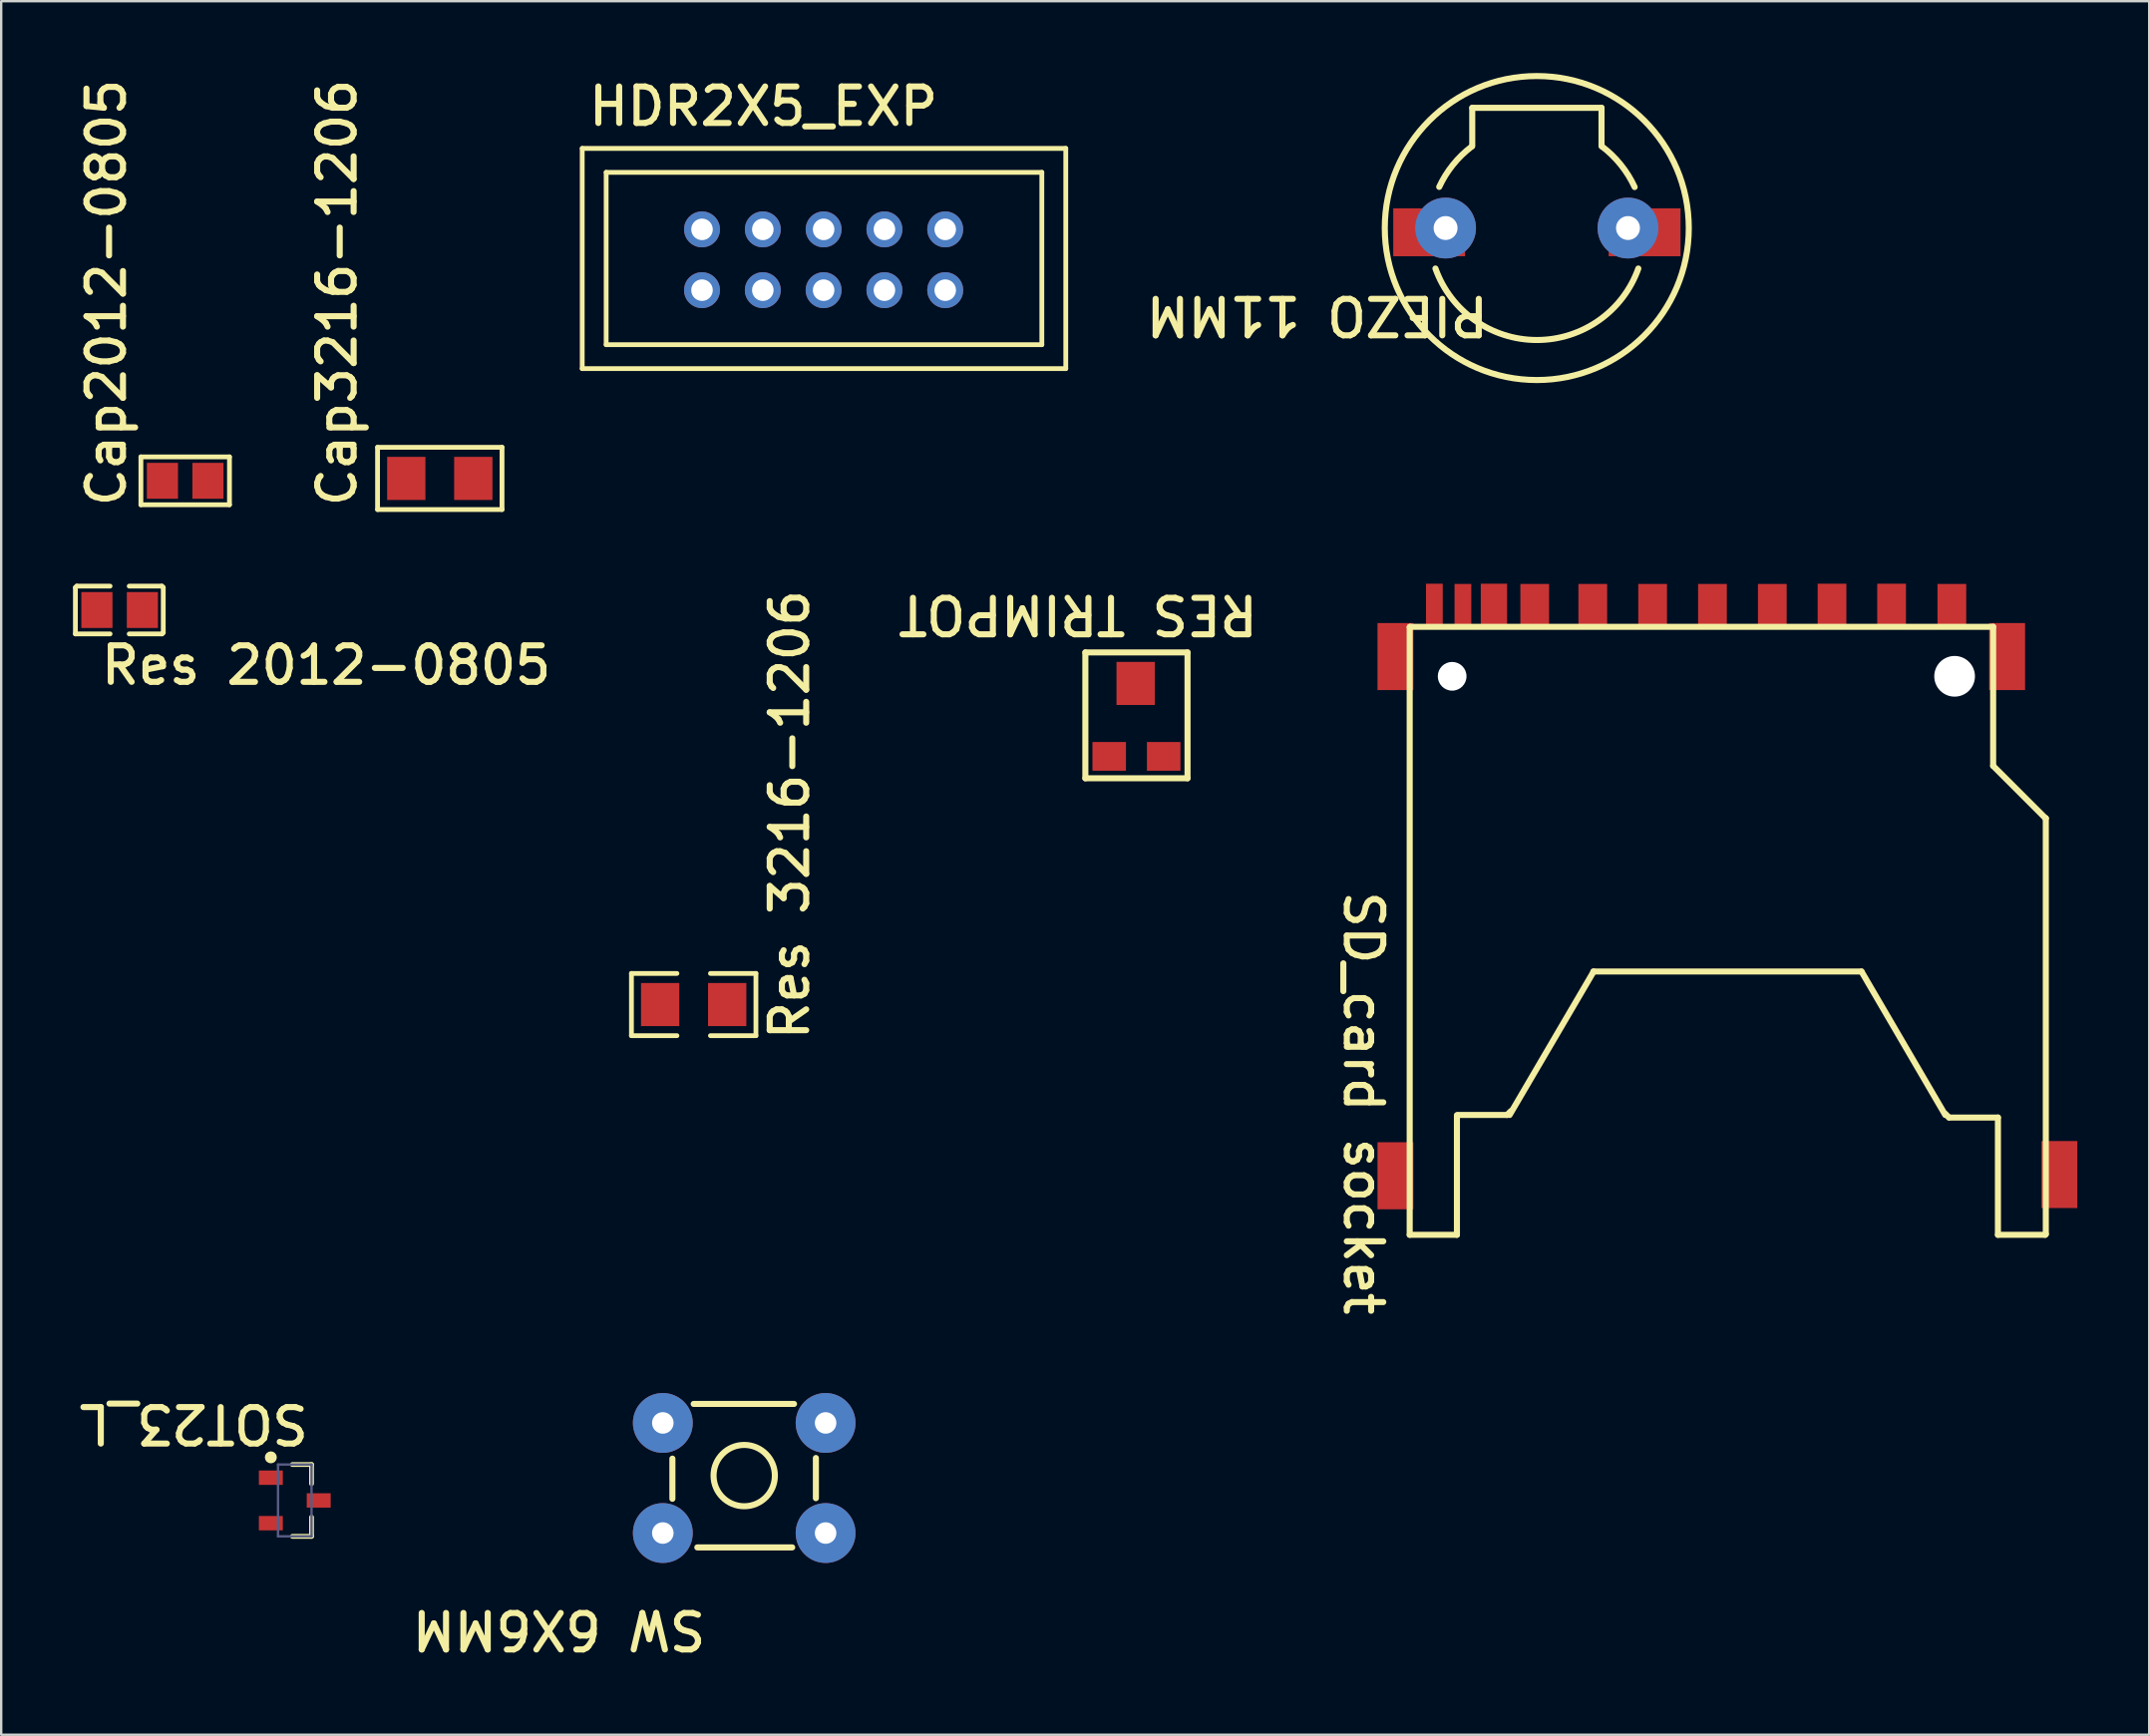
<source format=kicad_pcb>
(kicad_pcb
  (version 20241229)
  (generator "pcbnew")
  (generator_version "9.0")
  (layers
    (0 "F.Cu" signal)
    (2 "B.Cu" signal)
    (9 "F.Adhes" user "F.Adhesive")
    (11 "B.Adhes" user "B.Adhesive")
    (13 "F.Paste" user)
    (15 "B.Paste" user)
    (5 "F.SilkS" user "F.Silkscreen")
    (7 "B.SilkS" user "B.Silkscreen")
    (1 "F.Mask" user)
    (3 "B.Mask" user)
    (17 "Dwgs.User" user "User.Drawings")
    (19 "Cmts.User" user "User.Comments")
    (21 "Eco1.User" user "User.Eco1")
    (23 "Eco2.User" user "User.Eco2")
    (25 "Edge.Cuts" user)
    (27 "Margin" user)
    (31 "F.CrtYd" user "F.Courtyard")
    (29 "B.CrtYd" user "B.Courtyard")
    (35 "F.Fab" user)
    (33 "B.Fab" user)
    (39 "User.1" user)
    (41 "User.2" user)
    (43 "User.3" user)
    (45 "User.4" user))
  (footprint "Cap3216-1206"
    (layer "F.Cu")
    (at 15.322 16.937)
    (property "Reference" "Cap3216-1206" (at -3.4 1.3 90) (unlocked yes) (layer "F.SilkS") (effects (font (size 1.524 1.524) (thickness 0.254)) (justify left bottom)))
    (fp_line (start -2.6 1.3) (end -2.6 -1.3) (stroke (width 0.2) (type solid)) (layer "F.SilkS"))
    (fp_line (start 2.6 -1.3) (end -2.6 -1.3) (stroke (width 0.2) (type solid)) (layer "F.SilkS"))
    (fp_line (start 2.6 1.3) (end -2.6 1.3) (stroke (width 0.2) (type solid)) (layer "F.SilkS"))
    (fp_line (start 2.6 1.3) (end 2.6 -1.3) (stroke (width 0.2) (type solid)) (layer "F.SilkS"))
    (pad "1" smd rect (at -1.4 -0.00002) (size 1.6 1.8) (layers "F.Cu" "F.Mask" "F.Paste"))
    (pad "2" smd rect (at 1.4 -0.00002) (size 1.6 1.8) (layers "F.Cu" "F.Mask" "F.Paste")))
  (footprint "SOT23_L"
    (layer "F.Cu")
    (at 9.264 59.635)
    (property "Reference" "SOT23_L" (at 0.7 -4.1 180) (unlocked yes) (layer "F.SilkS") (effects (font (size 1.524 1.524) (thickness 0.254)) (justify left bottom)))
    (attr smd)
    (fp_line (start 0.7 -1.5) (end -0.1 -1.5) (stroke (width 0.2) (type solid)) (layer "F.SilkS"))
    (fp_line (start 0.7 -1.5) (end 0.7 -0.7) (stroke (width 0.2) (type solid)) (layer "F.SilkS"))
    (fp_line (start 0.7 0.7) (end 0.7 1.5) (stroke (width 0.2) (type solid)) (layer "F.SilkS"))
    (fp_line (start 0.7 1.5) (end -0.1 1.5) (stroke (width 0.2) (type solid)) (layer "F.SilkS"))
    (fp_circle (center -1 -1.8) (end -1 -1.675) (stroke (width 0.25) (type solid)) (fill no) (layer "F.SilkS"))
    (fp_line (start -1.6 -1.6) (end -1.6 1.6) (stroke (width 0.1) (type solid)) (layer "Eco1.User"))
    (fp_line (start -0.00003 -0.5) (end -0.00003 0.5) (stroke (width 0.1) (type solid)) (layer "Eco1.User"))
    (fp_line (start 0.5 0.00002) (end -0.5 0.00002) (stroke (width 0.1) (type solid)) (layer "Eco1.User"))
    (fp_line (start 1.6 -1.6) (end -1.6 -1.6) (stroke (width 0.1) (type solid)) (layer "Eco1.User"))
    (fp_line (start 1.6 -1.6) (end 1.6 1.6) (stroke (width 0.1) (type solid)) (layer "Eco1.User"))
    (fp_line (start 1.6 1.6) (end -1.6 1.6) (stroke (width 0.1) (type solid)) (layer "Eco1.User"))
    (fp_line (start -0.7 -1.5) (end -0.7 1.5) (stroke (width 0.1) (type solid)) (layer "B.Fab"))
    (fp_line (start 0.7 -1.5) (end -0.7 -1.5) (stroke (width 0.1) (type solid)) (layer "B.Fab"))
    (fp_line (start 0.7 -1.5) (end 0.7 1.5) (stroke (width 0.1) (type solid)) (layer "B.Fab"))
    (fp_line (start 0.7 1.5) (end -0.7 1.5) (stroke (width 0.1) (type solid)) (layer "B.Fab"))
    (pad "1" smd rect (at -1 -0.95 90) (size 0.6 1) (layers "F.Cu" "F.Mask" "F.Paste"))
    (pad "2" smd rect (at -1 0.95 90) (size 0.6 1) (layers "F.Cu" "F.Mask" "F.Paste"))
    (pad "3" smd rect (at 1 0.00002 90) (size 0.6 1) (layers "F.Cu" "F.Mask" "F.Paste")))
  (footprint "PIEZO 11MM"
    (layer "F.Cu")
    (at 57.338 6.477)
    (property "Reference" "PIEZO 11MM" (at 1.916 2.759 180) (unlocked yes) (layer "F.SilkS") (effects (font (size 1.524 1.524) (thickness 0.254)) (justify left bottom)))
    (fp_line (start 1.114 -3.422) (end 1.114 -5.022) (stroke (width 0.254) (type solid)) (layer "F.SilkS"))
    (fp_line (start 6.514 -5.022) (end 1.114 -5.022) (stroke (width 0.254) (type solid)) (layer "F.SilkS"))
    (fp_line (start 6.514 -3.422) (end 6.514 -5.022) (stroke (width 0.254) (type solid)) (layer "F.SilkS"))
    (fp_arc (start -0.266342 -1.719348) (mid 0.305456 -2.639771) (end 1.080697 -3.396827) (stroke (width 0.254) (type solid)) (layer "F.SilkS"))
    (fp_arc (start 6.531767 -3.408958) (mid 7.318929 -2.644766) (end 7.897777 -1.712808) (stroke (width 0.254) (type solid)) (layer "F.SilkS"))
    (fp_arc (start 8.052039 1.691314) (mid 3.8142 4.6778) (end -0.423639 1.691313) (stroke (width 0.254) (type solid)) (layer "F.SilkS"))
    (fp_circle (center 3.81 0) (end 3.81 -6.35) (stroke (width 0.254) (type solid)) (fill no) (layer "F.SilkS"))
    (pad "1" smd rect (at -0.686 0.178 180) (size 3 2) (layers "F.Cu" "F.Mask" "F.Paste"))
    (pad "1" thru_hole circle (at 0 0) (size 2.54 2.54) (drill 1) (layers "*.Cu" "*.Mask"))
    (pad "2" thru_hole circle (at 7.62 0) (size 2.54 2.54) (drill 1) (layers "*.Cu" "*.Mask"))
    (pad "2" smd rect (at 8.314 0.178 180) (size 3 2) (layers "F.Cu" "F.Mask" "F.Paste")))
  (footprint "Res 3216-1206"
    (layer "F.Cu")
    (at 25.928 38.918)
    (property "Reference" "Res 3216-1206" (at 4.9 1.6 90) (unlocked yes) (layer "F.SilkS") (effects (font (size 1.524 1.524) (thickness 0.254)) (justify left bottom)))
    (fp_line (start -2.6 1.3) (end -2.6 -1.3) (stroke (width 0.2) (type solid)) (layer "F.SilkS"))
    (fp_line (start -0.7 -1.3) (end -2.6 -1.3) (stroke (width 0.2) (type solid)) (layer "F.SilkS"))
    (fp_line (start -0.7 1.3) (end -2.6 1.3) (stroke (width 0.2) (type solid)) (layer "F.SilkS"))
    (fp_line (start 2.6 -1.3) (end 0.7 -1.3) (stroke (width 0.2) (type solid)) (layer "F.SilkS"))
    (fp_line (start 2.6 1.3) (end 0.7 1.3) (stroke (width 0.2) (type solid)) (layer "F.SilkS"))
    (fp_line (start 2.6 1.3) (end 2.6 -1.3) (stroke (width 0.2) (type solid)) (layer "F.SilkS"))
    (pad "1" smd rect (at -1.4 -0.00002) (size 1.6 1.8) (layers "F.Cu" "F.Mask" "F.Paste"))
    (pad "2" smd rect (at 1.4 -0.00002) (size 1.6 1.8) (layers "F.Cu" "F.Mask" "F.Paste")))
  (footprint "SW 6X6MM"
    (layer "F.Cu")
    (at 25.039 61.597)
    (property "Reference" "SW 6X6MM" (at 1.524 2.54 180) (unlocked yes) (layer "F.SilkS") (effects (font (size 1.524 1.524) (thickness 0.254)) (justify left bottom)))
    (fp_line (start 0 -2.032) (end 0 -3.708) (stroke (width 0.254) (type solid)) (layer "F.SilkS"))
    (fp_line (start 5.004 0) (end 1.041 0) (stroke (width 0.254) (type solid)) (layer "F.SilkS"))
    (fp_line (start 5.08 -5.994) (end 0.889 -5.994) (stroke (width 0.254) (type solid)) (layer "F.SilkS"))
    (fp_line (start 5.994 -2.057) (end 5.994 -3.734) (stroke (width 0.254) (type solid)) (layer "F.SilkS"))
    (fp_circle (center 3 -3) (end 3 -4.281) (stroke (width 0.254) (type solid)) (fill no) (layer "F.SilkS"))
    (pad "1" thru_hole circle (at -0.4 -5.2 180) (size 2.5 2.5) (drill 0.9) (layers "*.Cu" "*.Mask"))
    (pad "1" thru_hole circle (at 6.4 -5.2 180) (size 2.5 2.5) (drill 0.9) (layers "*.Cu" "*.Mask"))
    (pad "2" thru_hole circle (at -0.4 -0.6 180) (size 2.5 2.5) (drill 0.9) (layers "*.Cu" "*.Mask"))
    (pad "2" thru_hole circle (at 6.4 -0.6 180) (size 2.5 2.5) (drill 0.9) (layers "*.Cu" "*.Mask")))
  (footprint "RES TRIMPOT"
    (layer "F.Cu")
    (at 44.424 27.026)
    (property "Reference" "RES TRIMPOT" (at 5.2 -5.3 180) (unlocked yes) (layer "F.SilkS") (effects (font (size 1.524 1.524) (thickness 0.254)) (justify left bottom)))
    (fp_line (start -2.134 -2.819) (end -2.134 2.438) (stroke (width 0.254) (type solid)) (layer "F.SilkS"))
    (fp_line (start 2.134 -2.819) (end -2.134 -2.819) (stroke (width 0.254) (type solid)) (layer "F.SilkS"))
    (fp_line (start 2.134 -2.819) (end 2.134 2.438) (stroke (width 0.254) (type solid)) (layer "F.SilkS"))
    (fp_line (start 2.134 2.438) (end -2.134 2.438) (stroke (width 0.254) (type solid)) (layer "F.SilkS"))
    (pad "1" smd rect (at -1.138 1.523 90) (size 1.2 1.4) (layers "F.Cu" "F.Mask" "F.Paste"))
    (pad "2" smd rect (at -0.033 -1.523) (size 1.6 1.8) (layers "F.Cu" "F.Mask" "F.Paste"))
    (pad "3" smd rect (at 1.138 1.523 90) (size 1.2 1.4) (layers "F.Cu" "F.Mask" "F.Paste")))
  (footprint "Res 2012-0805"
    (layer "F.Cu")
    (at 1.948 22.435)
    (property "Reference" "Res 2012-0805" (at -0.9 3.2 0) (unlocked yes) (layer "F.SilkS") (effects (font (size 1.524 1.524) (thickness 0.254)) (justify left bottom)))
    (fp_line (start -1.848 -0.94) (end -1.79 -0.998) (stroke (width 0.2) (type solid)) (layer "F.SilkS"))
    (fp_line (start -1.848 0.998) (end -1.848 -0.94) (stroke (width 0.2) (type solid)) (layer "F.SilkS"))
    (fp_line (start -1.848 0.998) (end -0.4 0.998) (stroke (width 0.2) (type solid)) (layer "F.SilkS"))
    (fp_line (start -1.79 -0.998) (end -0.4 -0.998) (stroke (width 0.2) (type solid)) (layer "F.SilkS"))
    (fp_line (start 0.4 -0.998) (end 1.764 -0.998) (stroke (width 0.2) (type solid)) (layer "F.SilkS"))
    (fp_line (start 0.4 0.998) (end 1.769 0.998) (stroke (width 0.2) (type solid)) (layer "F.SilkS"))
    (fp_line (start 1.764 -0.998) (end 1.822 -0.94) (stroke (width 0.2) (type solid)) (layer "F.SilkS"))
    (fp_line (start 1.769 0.998) (end 1.822 0.945) (stroke (width 0.2) (type solid)) (layer "F.SilkS"))
    (fp_line (start 1.822 0.945) (end 1.822 -0.94) (stroke (width 0.2) (type solid)) (layer "F.SilkS"))
    (pad "1" smd rect (at -0.95 0.00001) (size 1.3 1.5) (layers "F.Cu" "F.Mask" "F.Paste"))
    (pad "2" smd rect (at 0.95 0.00001) (size 1.3 1.5) (layers "F.Cu" "F.Mask" "F.Paste")))
  (footprint "HDR2X5_EXP"
    (layer "F.Cu")
    (at 21.272 12.35)
    (property "Reference" "HDR2X5_EXP" (at 0.143 -10.064 0) (unlocked yes) (layer "F.SilkS") (effects (font (size 1.524 1.524) (thickness 0.254)) (justify left bottom)))
    (fp_line (start -0.00001 -9.2) (end 20.2 -9.2) (stroke (width 0.2) (type solid)) (layer "F.SilkS"))
    (fp_line (start -0.00001 0) (end -0.00001 -9.2) (stroke (width 0.2) (type solid)) (layer "F.SilkS"))
    (fp_line (start -0.00001 0) (end 20.2 0) (stroke (width 0.2) (type solid)) (layer "F.SilkS"))
    (fp_line (start 1 -8.2) (end 19.2 -8.2) (stroke (width 0.2) (type solid)) (layer "F.SilkS"))
    (fp_line (start 1 -1) (end 1 -8.2) (stroke (width 0.2) (type solid)) (layer "F.SilkS"))
    (fp_line (start 1 -1) (end 19.2 -1) (stroke (width 0.2) (type solid)) (layer "F.SilkS"))
    (fp_line (start 19.2 -1) (end 19.2 -8.2) (stroke (width 0.2) (type solid)) (layer "F.SilkS"))
    (fp_line (start 20.2 0) (end 20.2 -9.2) (stroke (width 0.2) (type solid)) (layer "F.SilkS"))
    (pad "1" thru_hole circle (at 5.004 -3.277) (size 1.5 1.5) (drill 0.9) (layers "*.Cu" "*.Mask"))
    (pad "2" thru_hole circle (at 5.004 -5.817) (size 1.5 1.5) (drill 0.9) (layers "*.Cu" "*.Mask"))
    (pad "3" thru_hole circle (at 7.544 -3.277) (size 1.5 1.5) (drill 0.9) (layers "*.Cu" "*.Mask"))
    (pad "4" thru_hole circle (at 7.544 -5.817) (size 1.5 1.5) (drill 0.9) (layers "*.Cu" "*.Mask"))
    (pad "5" thru_hole circle (at 10.084 -3.277) (size 1.5 1.5) (drill 0.9) (layers "*.Cu" "*.Mask"))
    (pad "6" thru_hole circle (at 10.084 -5.817) (size 1.5 1.5) (drill 0.9) (layers "*.Cu" "*.Mask"))
    (pad "7" thru_hole circle (at 12.624 -3.277) (size 1.5 1.5) (drill 0.9) (layers "*.Cu" "*.Mask"))
    (pad "8" thru_hole circle (at 12.624 -5.817) (size 1.5 1.5) (drill 0.9) (layers "*.Cu" "*.Mask"))
    (pad "9" thru_hole circle (at 15.164 -3.277) (size 1.5 1.5) (drill 0.9) (layers "*.Cu" "*.Mask"))
    (pad "10" thru_hole circle (at 15.164 -5.817) (size 1.5 1.5) (drill 0.9) (layers "*.Cu" "*.Mask")))
  (footprint "SD_card socket"
    (layer "F.Cu")
    (at 69.112 34.154)
    (property "Reference" "SD_card socket" (at -16.1 -0.1 270) (unlocked yes) (layer "F.SilkS") (effects (font (size 1.524 1.524) (thickness 0.254)) (justify left bottom)))
    (fp_line (start -13.273 -11.003) (end -13.273 14.383) (stroke (width 0.254) (type solid)) (layer "F.SilkS"))
    (fp_line (start -13.273 14.383) (end -11.3 14.383) (stroke (width 0.254) (type solid)) (layer "F.SilkS"))
    (fp_line (start -13.259 -11.017) (end -13.273 -11.003) (stroke (width 0.254) (type solid)) (layer "F.SilkS"))
    (fp_line (start -13.259 -11.017) (end 11.1 -11.017) (stroke (width 0.254) (type solid)) (layer "F.SilkS"))
    (fp_line (start -11.3 9.383) (end -11.3 14.383) (stroke (width 0.254) (type solid)) (layer "F.SilkS"))
    (fp_line (start -11.249 9.377) (end -9.207 9.377) (stroke (width 0.254) (type solid)) (layer "F.SilkS"))
    (fp_line (start -9.049 9.219) (end -9.207 9.377) (stroke (width 0.254) (type solid)) (layer "F.SilkS"))
    (fp_line (start -5.6 3.383) (end 5.6 3.383) (stroke (width 0.254) (type solid)) (layer "F.SilkS"))
    (fp_line (start -5.588 3.383) (end -9.1 9.377) (stroke (width 0.254) (type solid)) (layer "F.SilkS"))
    (fp_line (start 5.6 3.383) (end 9.1 9.377) (stroke (width 0.254) (type solid)) (layer "F.SilkS"))
    (fp_line (start 9.1 9.326) (end 9.258 9.484) (stroke (width 0.254) (type solid)) (layer "F.SilkS"))
    (fp_line (start 9.258 9.484) (end 11.3 9.484) (stroke (width 0.254) (type solid)) (layer "F.SilkS"))
    (fp_line (start 11.1 -11.017) (end 11.1 -5.207) (stroke (width 0.254) (type solid)) (layer "F.SilkS"))
    (fp_line (start 11.1 -5.207) (end 13.289 -3.018) (stroke (width 0.254) (type solid)) (layer "F.SilkS"))
    (fp_line (start 11.3 9.484) (end 11.3 14.383) (stroke (width 0.254) (type solid)) (layer "F.SilkS"))
    (fp_line (start 11.3 14.383) (end 13.273 14.383) (stroke (width 0.254) (type solid)) (layer "F.SilkS"))
    (fp_line (start 13.289 -3.018) (end 13.3 -3.018) (stroke (width 0.254) (type solid)) (layer "F.SilkS"))
    (fp_line (start 13.3 -3.018) (end 13.3 14.356) (stroke (width 0.254) (type solid)) (layer "F.SilkS"))
    (fp_line (start 13.3 14.356) (end 13.273 14.383) (stroke (width 0.254) (type solid)) (layer "F.SilkS"))
    (pad "" np_thru_hole circle (at -11.5 -8.95) (size 1.2 1.2) (drill 1.2) (layers "*.Cu" "*.Mask"))
    (pad "" np_thru_hole circle (at 9.49 -8.95) (size 1.7 1.7) (drill 1.7) (layers "*.Cu" "*.Mask"))
    (pad "1" smd rect (at 6.858 -11.917) (size 1.2 1.8) (layers "F.Cu" "F.Mask" "F.Paste"))
    (pad "2" smd rect (at 4.369 -11.917) (size 1.2 1.8) (layers "F.Cu" "F.Mask" "F.Paste"))
    (pad "3" smd rect (at 1.875 -11.908) (size 1.2 1.8) (layers "F.Cu" "F.Mask" "F.Paste"))
    (pad "4" smd rect (at -0.625 -11.908) (size 1.2 1.8) (layers "F.Cu" "F.Mask" "F.Paste"))
    (pad "5" smd rect (at -3.125 -11.908) (size 1.2 1.8) (layers "F.Cu" "F.Mask" "F.Paste"))
    (pad "6" smd rect (at -5.625 -11.908) (size 1.2 1.8) (layers "F.Cu" "F.Mask" "F.Paste"))
    (pad "7" smd rect (at -8.05 -11.908) (size 1.2 1.8) (layers "F.Cu" "F.Mask" "F.Paste"))
    (pad "8" smd rect (at -9.754 -11.917) (size 1.1 1.8) (layers "F.Cu" "F.Mask" "F.Paste"))
    (pad "9" smd rect (at 9.375 -11.908) (size 1.2 1.8) (layers "F.Cu" "F.Mask" "F.Paste"))
    (pad "10" smd rect (at -11.05 -11.908) (size 0.7 1.8) (layers "F.Cu" "F.Mask" "F.Paste"))
    (pad "11" smd rect (at -12.243 -11.917) (size 0.7 1.8) (layers "F.Cu" "F.Mask" "F.Paste"))
    (pad "12" smd rect (at -13.868 -9.774) (size 1.5 2.8) (layers "F.Cu" "F.Mask" "F.Paste"))
    (pad "12" smd rect (at -13.868 11.917) (size 1.5 2.8) (layers "F.Cu" "F.Mask" "F.Paste"))
    (pad "12" smd rect (at 11.684 -9.774) (size 1.5 2.8) (layers "F.Cu" "F.Mask" "F.Paste"))
    (pad "12" smd rect (at 13.868 11.866) (size 1.5 2.8) (layers "F.Cu" "F.Mask" "F.Paste")))
  (footprint "Cap2012-0805"
    (layer "F.Cu")
    (at 4.686 17.037)
    (property "Reference" "Cap2012-0805" (at -2.4 1.2 90) (unlocked yes) (layer "F.SilkS") (effects (font (size 1.524 1.524) (thickness 0.254)) (justify left bottom)))
    (fp_line (start -1.85 1) (end -1.85 -1) (stroke (width 0.2) (type solid)) (layer "F.SilkS"))
    (fp_line (start 1.85 -1) (end -1.85 -1) (stroke (width 0.2) (type solid)) (layer "F.SilkS"))
    (fp_line (start 1.85 1) (end -1.85 1) (stroke (width 0.2) (type solid)) (layer "F.SilkS"))
    (fp_line (start 1.85 1) (end 1.85 -1) (stroke (width 0.2) (type solid)) (layer "F.SilkS"))
    (pad "1" smd rect (at -0.95 -0.00002) (size 1.3 1.5) (layers "F.Cu" "F.Mask" "F.Paste"))
    (pad "2" smd rect (at 0.95 -0.00002) (size 1.3 1.5) (layers "F.Cu" "F.Mask" "F.Paste")))
  (gr_rect
    (start -3 -3)
    (end 86.731 69.423)
    (stroke (width 0.1) (type default))
    (fill no)
    (layer "Edge.Cuts")))
</source>
